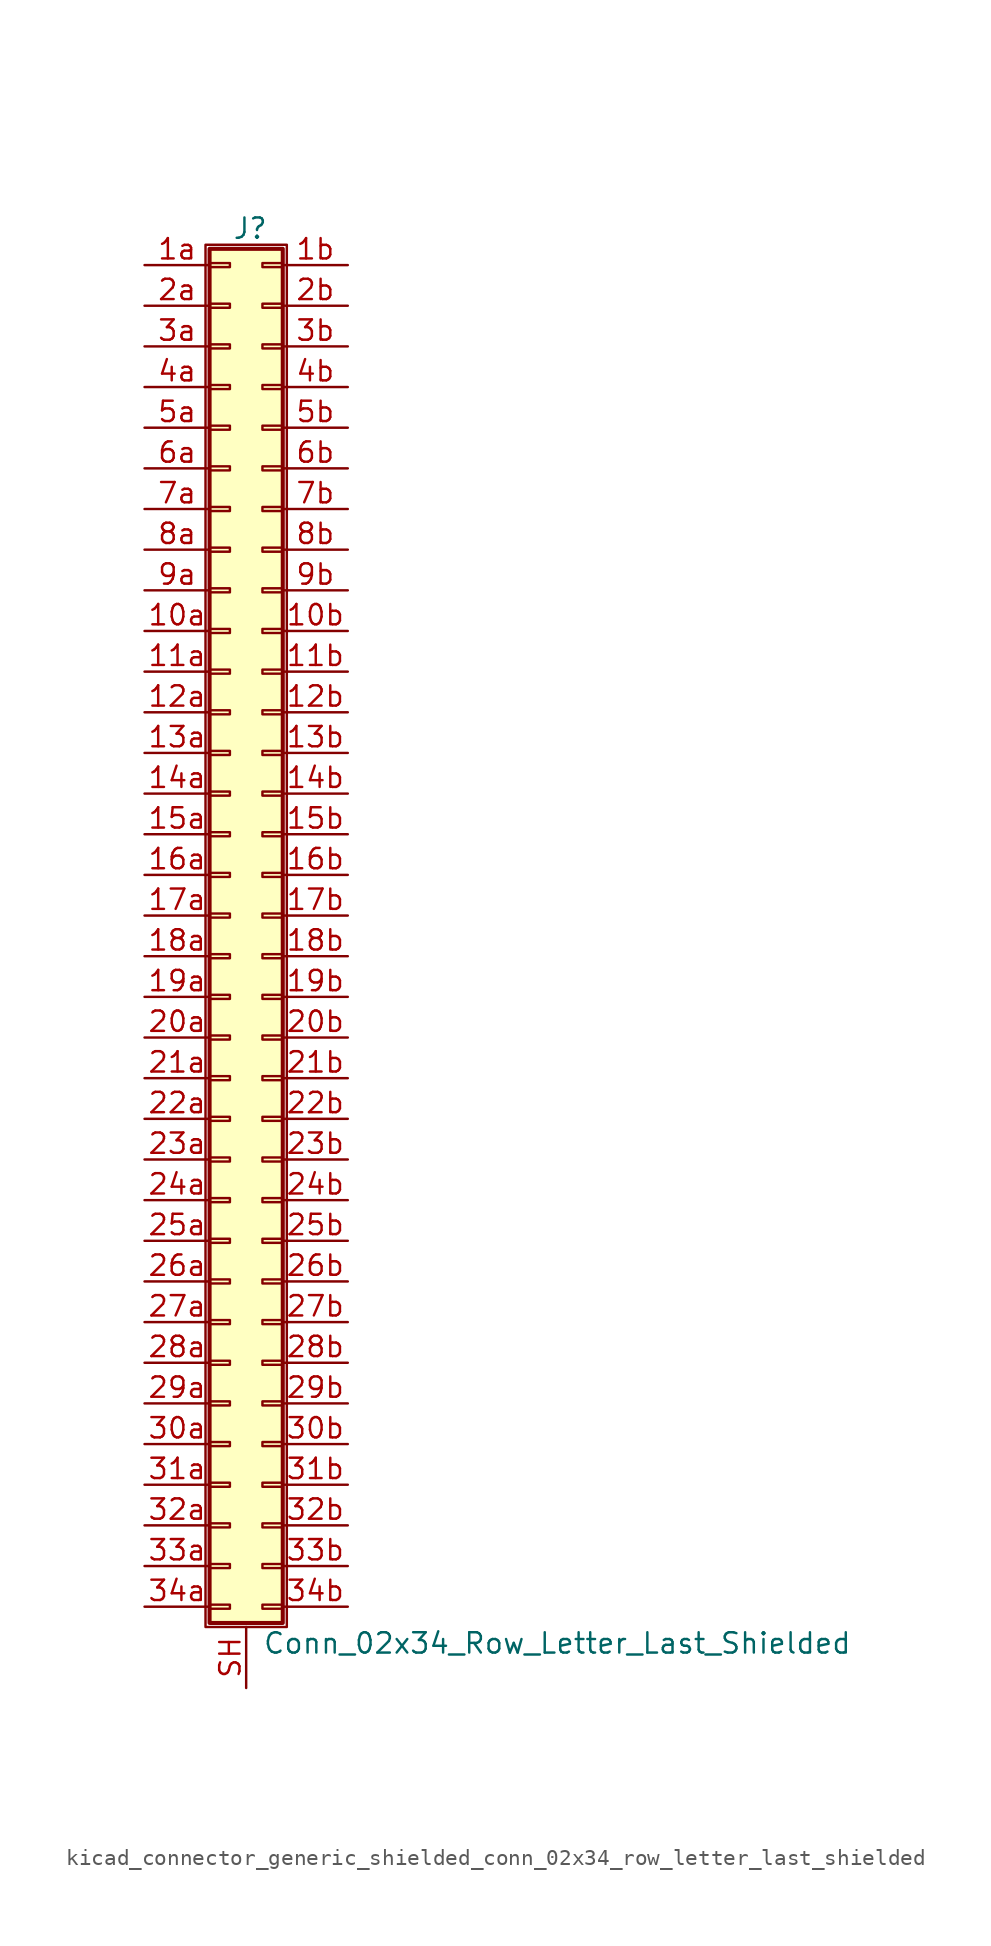
<source format=kicad_sym>
(kicad_symbol_lib
  (version 20220914)
  (generator kicad_symbol_editor)
  (symbol "kicad_connector_generic_shielded_conn_02x34_row_letter_last_shielded"
    (pin_names
      (offset 1.016) hide)
    (property "Reference" "J"
      (at 1.524 42.926 0)
      (effects (font (size 1.27 1.27))))
    (property "Value" "Conn_02x34_Row_Letter_Last_Shielded"
      (at 2.286 -45.466 0)
      (effects (font (size 1.27 1.27)) (justify left)))
    (symbol "kicad_connector_generic_shielded_conn_02x34_row_letter_last_shielded_1_1"
      (rectangle (start -1.27 41.91) (end 3.81 -44.45) (stroke (width 0.152) (type default)) (fill (type none)))
      (rectangle (start -1.016 -43.053) (end 0.254 -43.307) (stroke (width 0.152) (type default)) (fill (type none)))
      (rectangle (start -1.016 -40.513) (end 0.254 -40.767) (stroke (width 0.152) (type default)) (fill (type none)))
      (rectangle (start -1.016 -37.973) (end 0.254 -38.227) (stroke (width 0.152) (type default)) (fill (type none)))
      (rectangle (start -1.016 -35.433) (end 0.254 -35.687) (stroke (width 0.152) (type default)) (fill (type none)))
      (rectangle (start -1.016 -32.893) (end 0.254 -33.147) (stroke (width 0.152) (type default)) (fill (type none)))
      (rectangle (start -1.016 -30.353) (end 0.254 -30.607) (stroke (width 0.152) (type default)) (fill (type none)))
      (rectangle (start -1.016 -27.813) (end 0.254 -28.067) (stroke (width 0.152) (type default)) (fill (type none)))
      (rectangle (start -1.016 -25.273) (end 0.254 -25.527) (stroke (width 0.152) (type default)) (fill (type none)))
      (rectangle (start -1.016 -22.733) (end 0.254 -22.987) (stroke (width 0.152) (type default)) (fill (type none)))
      (rectangle (start -1.016 -20.193) (end 0.254 -20.447) (stroke (width 0.152) (type default)) (fill (type none)))
      (rectangle (start -1.016 -17.653) (end 0.254 -17.907) (stroke (width 0.152) (type default)) (fill (type none)))
      (rectangle (start -1.016 -15.113) (end 0.254 -15.367) (stroke (width 0.152) (type default)) (fill (type none)))
      (rectangle (start -1.016 -12.573) (end 0.254 -12.827) (stroke (width 0.152) (type default)) (fill (type none)))
      (rectangle (start -1.016 -10.033) (end 0.254 -10.287) (stroke (width 0.152) (type default)) (fill (type none)))
      (rectangle (start -1.016 -7.493) (end 0.254 -7.747) (stroke (width 0.152) (type default)) (fill (type none)))
      (rectangle (start -1.016 -4.953) (end 0.254 -5.207) (stroke (width 0.152) (type default)) (fill (type none)))
      (rectangle (start -1.016 -2.413) (end 0.254 -2.667) (stroke (width 0.152) (type default)) (fill (type none)))
      (rectangle (start -1.016 0.127) (end 0.254 -0.127) (stroke (width 0.152) (type default)) (fill (type none)))
      (rectangle (start -1.016 2.667) (end 0.254 2.413) (stroke (width 0.152) (type default)) (fill (type none)))
      (rectangle (start -1.016 5.207) (end 0.254 4.953) (stroke (width 0.152) (type default)) (fill (type none)))
      (rectangle (start -1.016 7.747) (end 0.254 7.493) (stroke (width 0.152) (type default)) (fill (type none)))
      (rectangle (start -1.016 10.287) (end 0.254 10.033) (stroke (width 0.152) (type default)) (fill (type none)))
      (rectangle (start -1.016 12.827) (end 0.254 12.573) (stroke (width 0.152) (type default)) (fill (type none)))
      (rectangle (start -1.016 15.367) (end 0.254 15.113) (stroke (width 0.152) (type default)) (fill (type none)))
      (rectangle (start -1.016 17.907) (end 0.254 17.653) (stroke (width 0.152) (type default)) (fill (type none)))
      (rectangle (start -1.016 20.447) (end 0.254 20.193) (stroke (width 0.152) (type default)) (fill (type none)))
      (rectangle (start -1.016 22.987) (end 0.254 22.733) (stroke (width 0.152) (type default)) (fill (type none)))
      (rectangle (start -1.016 25.527) (end 0.254 25.273) (stroke (width 0.152) (type default)) (fill (type none)))
      (rectangle (start -1.016 28.067) (end 0.254 27.813) (stroke (width 0.152) (type default)) (fill (type none)))
      (rectangle (start -1.016 30.607) (end 0.254 30.353) (stroke (width 0.152) (type default)) (fill (type none)))
      (rectangle (start -1.016 33.147) (end 0.254 32.893) (stroke (width 0.152) (type default)) (fill (type none)))
      (rectangle (start -1.016 35.687) (end 0.254 35.433) (stroke (width 0.152) (type default)) (fill (type none)))
      (rectangle (start -1.016 38.227) (end 0.254 37.973) (stroke (width 0.152) (type default)) (fill (type none)))
      (rectangle (start -1.016 40.767) (end 0.254 40.513) (stroke (width 0.152) (type default)) (fill (type none)))
      (rectangle (start -1.016 41.656) (end 3.556 -44.196) (stroke (width 0.254) (type default)) (fill (type background)))
      (rectangle (start 3.556 -43.053) (end 2.286 -43.307) (stroke (width 0.152) (type default)) (fill (type none)))
      (rectangle (start 3.556 -40.513) (end 2.286 -40.767) (stroke (width 0.152) (type default)) (fill (type none)))
      (rectangle (start 3.556 -37.973) (end 2.286 -38.227) (stroke (width 0.152) (type default)) (fill (type none)))
      (rectangle (start 3.556 -35.433) (end 2.286 -35.687) (stroke (width 0.152) (type default)) (fill (type none)))
      (rectangle (start 3.556 -32.893) (end 2.286 -33.147) (stroke (width 0.152) (type default)) (fill (type none)))
      (rectangle (start 3.556 -30.353) (end 2.286 -30.607) (stroke (width 0.152) (type default)) (fill (type none)))
      (rectangle (start 3.556 -27.813) (end 2.286 -28.067) (stroke (width 0.152) (type default)) (fill (type none)))
      (rectangle (start 3.556 -25.273) (end 2.286 -25.527) (stroke (width 0.152) (type default)) (fill (type none)))
      (rectangle (start 3.556 -22.733) (end 2.286 -22.987) (stroke (width 0.152) (type default)) (fill (type none)))
      (rectangle (start 3.556 -20.193) (end 2.286 -20.447) (stroke (width 0.152) (type default)) (fill (type none)))
      (rectangle (start 3.556 -17.653) (end 2.286 -17.907) (stroke (width 0.152) (type default)) (fill (type none)))
      (rectangle (start 3.556 -15.113) (end 2.286 -15.367) (stroke (width 0.152) (type default)) (fill (type none)))
      (rectangle (start 3.556 -12.573) (end 2.286 -12.827) (stroke (width 0.152) (type default)) (fill (type none)))
      (rectangle (start 3.556 -10.033) (end 2.286 -10.287) (stroke (width 0.152) (type default)) (fill (type none)))
      (rectangle (start 3.556 -7.493) (end 2.286 -7.747) (stroke (width 0.152) (type default)) (fill (type none)))
      (rectangle (start 3.556 -4.953) (end 2.286 -5.207) (stroke (width 0.152) (type default)) (fill (type none)))
      (rectangle (start 3.556 -2.413) (end 2.286 -2.667) (stroke (width 0.152) (type default)) (fill (type none)))
      (rectangle (start 3.556 0.127) (end 2.286 -0.127) (stroke (width 0.152) (type default)) (fill (type none)))
      (rectangle (start 3.556 2.667) (end 2.286 2.413) (stroke (width 0.152) (type default)) (fill (type none)))
      (rectangle (start 3.556 5.207) (end 2.286 4.953) (stroke (width 0.152) (type default)) (fill (type none)))
      (rectangle (start 3.556 7.747) (end 2.286 7.493) (stroke (width 0.152) (type default)) (fill (type none)))
      (rectangle (start 3.556 10.287) (end 2.286 10.033) (stroke (width 0.152) (type default)) (fill (type none)))
      (rectangle (start 3.556 12.827) (end 2.286 12.573) (stroke (width 0.152) (type default)) (fill (type none)))
      (rectangle (start 3.556 15.367) (end 2.286 15.113) (stroke (width 0.152) (type default)) (fill (type none)))
      (rectangle (start 3.556 17.907) (end 2.286 17.653) (stroke (width 0.152) (type default)) (fill (type none)))
      (rectangle (start 3.556 20.447) (end 2.286 20.193) (stroke (width 0.152) (type default)) (fill (type none)))
      (rectangle (start 3.556 22.987) (end 2.286 22.733) (stroke (width 0.152) (type default)) (fill (type none)))
      (rectangle (start 3.556 25.527) (end 2.286 25.273) (stroke (width 0.152) (type default)) (fill (type none)))
      (rectangle (start 3.556 28.067) (end 2.286 27.813) (stroke (width 0.152) (type default)) (fill (type none)))
      (rectangle (start 3.556 30.607) (end 2.286 30.353) (stroke (width 0.152) (type default)) (fill (type none)))
      (rectangle (start 3.556 33.147) (end 2.286 32.893) (stroke (width 0.152) (type default)) (fill (type none)))
      (rectangle (start 3.556 35.687) (end 2.286 35.433) (stroke (width 0.152) (type default)) (fill (type none)))
      (rectangle (start 3.556 38.227) (end 2.286 37.973) (stroke (width 0.152) (type default)) (fill (type none)))
      (rectangle (start 3.556 40.767) (end 2.286 40.513) (stroke (width 0.152) (type default)) (fill (type none)))
      (pin passive line (at -5.08 17.78 0) (length 4.064) (name "Pin_10a" (effects (font (size 1.27 1.27)))) (number "10a" (effects (font (size 1.27 1.27)))))
      (pin passive line (at 7.62 17.78 180) (length 4.064) (name "Pin_10b" (effects (font (size 1.27 1.27)))) (number "10b" (effects (font (size 1.27 1.27)))))
      (pin passive line (at -5.08 15.24 0) (length 4.064) (name "Pin_11a" (effects (font (size 1.27 1.27)))) (number "11a" (effects (font (size 1.27 1.27)))))
      (pin passive line (at 7.62 15.24 180) (length 4.064) (name "Pin_11b" (effects (font (size 1.27 1.27)))) (number "11b" (effects (font (size 1.27 1.27)))))
      (pin passive line (at -5.08 12.7 0) (length 4.064) (name "Pin_12a" (effects (font (size 1.27 1.27)))) (number "12a" (effects (font (size 1.27 1.27)))))
      (pin passive line (at 7.62 12.7 180) (length 4.064) (name "Pin_12b" (effects (font (size 1.27 1.27)))) (number "12b" (effects (font (size 1.27 1.27)))))
      (pin passive line (at -5.08 10.16 0) (length 4.064) (name "Pin_13a" (effects (font (size 1.27 1.27)))) (number "13a" (effects (font (size 1.27 1.27)))))
      (pin passive line (at 7.62 10.16 180) (length 4.064) (name "Pin_13b" (effects (font (size 1.27 1.27)))) (number "13b" (effects (font (size 1.27 1.27)))))
      (pin passive line (at -5.08 7.62 0) (length 4.064) (name "Pin_14a" (effects (font (size 1.27 1.27)))) (number "14a" (effects (font (size 1.27 1.27)))))
      (pin passive line (at 7.62 7.62 180) (length 4.064) (name "Pin_14b" (effects (font (size 1.27 1.27)))) (number "14b" (effects (font (size 1.27 1.27)))))
      (pin passive line (at -5.08 5.08 0) (length 4.064) (name "Pin_15a" (effects (font (size 1.27 1.27)))) (number "15a" (effects (font (size 1.27 1.27)))))
      (pin passive line (at 7.62 5.08 180) (length 4.064) (name "Pin_15b" (effects (font (size 1.27 1.27)))) (number "15b" (effects (font (size 1.27 1.27)))))
      (pin passive line (at -5.08 2.54 0) (length 4.064) (name "Pin_16a" (effects (font (size 1.27 1.27)))) (number "16a" (effects (font (size 1.27 1.27)))))
      (pin passive line (at 7.62 2.54 180) (length 4.064) (name "Pin_16b" (effects (font (size 1.27 1.27)))) (number "16b" (effects (font (size 1.27 1.27)))))
      (pin passive line (at -5.08 0 0) (length 4.064) (name "Pin_17a" (effects (font (size 1.27 1.27)))) (number "17a" (effects (font (size 1.27 1.27)))))
      (pin passive line (at 7.62 0 180) (length 4.064) (name "Pin_17b" (effects (font (size 1.27 1.27)))) (number "17b" (effects (font (size 1.27 1.27)))))
      (pin passive line (at -5.08 -2.54 0) (length 4.064) (name "Pin_18a" (effects (font (size 1.27 1.27)))) (number "18a" (effects (font (size 1.27 1.27)))))
      (pin passive line (at 7.62 -2.54 180) (length 4.064) (name "Pin_18b" (effects (font (size 1.27 1.27)))) (number "18b" (effects (font (size 1.27 1.27)))))
      (pin passive line (at -5.08 -5.08 0) (length 4.064) (name "Pin_19a" (effects (font (size 1.27 1.27)))) (number "19a" (effects (font (size 1.27 1.27)))))
      (pin passive line (at 7.62 -5.08 180) (length 4.064) (name "Pin_19b" (effects (font (size 1.27 1.27)))) (number "19b" (effects (font (size 1.27 1.27)))))
      (pin passive line (at -5.08 40.64 0) (length 4.064) (name "Pin_1a" (effects (font (size 1.27 1.27)))) (number "1a" (effects (font (size 1.27 1.27)))))
      (pin passive line (at 7.62 40.64 180) (length 4.064) (name "Pin_1b" (effects (font (size 1.27 1.27)))) (number "1b" (effects (font (size 1.27 1.27)))))
      (pin passive line (at -5.08 -7.62 0) (length 4.064) (name "Pin_20a" (effects (font (size 1.27 1.27)))) (number "20a" (effects (font (size 1.27 1.27)))))
      (pin passive line (at 7.62 -7.62 180) (length 4.064) (name "Pin_20b" (effects (font (size 1.27 1.27)))) (number "20b" (effects (font (size 1.27 1.27)))))
      (pin passive line (at -5.08 -10.16 0) (length 4.064) (name "Pin_21a" (effects (font (size 1.27 1.27)))) (number "21a" (effects (font (size 1.27 1.27)))))
      (pin passive line (at 7.62 -10.16 180) (length 4.064) (name "Pin_21b" (effects (font (size 1.27 1.27)))) (number "21b" (effects (font (size 1.27 1.27)))))
      (pin passive line (at -5.08 -12.7 0) (length 4.064) (name "Pin_22a" (effects (font (size 1.27 1.27)))) (number "22a" (effects (font (size 1.27 1.27)))))
      (pin passive line (at 7.62 -12.7 180) (length 4.064) (name "Pin_22b" (effects (font (size 1.27 1.27)))) (number "22b" (effects (font (size 1.27 1.27)))))
      (pin passive line (at -5.08 -15.24 0) (length 4.064) (name "Pin_23a" (effects (font (size 1.27 1.27)))) (number "23a" (effects (font (size 1.27 1.27)))))
      (pin passive line (at 7.62 -15.24 180) (length 4.064) (name "Pin_23b" (effects (font (size 1.27 1.27)))) (number "23b" (effects (font (size 1.27 1.27)))))
      (pin passive line (at -5.08 -17.78 0) (length 4.064) (name "Pin_24a" (effects (font (size 1.27 1.27)))) (number "24a" (effects (font (size 1.27 1.27)))))
      (pin passive line (at 7.62 -17.78 180) (length 4.064) (name "Pin_24b" (effects (font (size 1.27 1.27)))) (number "24b" (effects (font (size 1.27 1.27)))))
      (pin passive line (at -5.08 -20.32 0) (length 4.064) (name "Pin_25a" (effects (font (size 1.27 1.27)))) (number "25a" (effects (font (size 1.27 1.27)))))
      (pin passive line (at 7.62 -20.32 180) (length 4.064) (name "Pin_25b" (effects (font (size 1.27 1.27)))) (number "25b" (effects (font (size 1.27 1.27)))))
      (pin passive line (at -5.08 -22.86 0) (length 4.064) (name "Pin_26a" (effects (font (size 1.27 1.27)))) (number "26a" (effects (font (size 1.27 1.27)))))
      (pin passive line (at 7.62 -22.86 180) (length 4.064) (name "Pin_26b" (effects (font (size 1.27 1.27)))) (number "26b" (effects (font (size 1.27 1.27)))))
      (pin passive line (at -5.08 -25.4 0) (length 4.064) (name "Pin_27a" (effects (font (size 1.27 1.27)))) (number "27a" (effects (font (size 1.27 1.27)))))
      (pin passive line (at 7.62 -25.4 180) (length 4.064) (name "Pin_27b" (effects (font (size 1.27 1.27)))) (number "27b" (effects (font (size 1.27 1.27)))))
      (pin passive line (at -5.08 -27.94 0) (length 4.064) (name "Pin_28a" (effects (font (size 1.27 1.27)))) (number "28a" (effects (font (size 1.27 1.27)))))
      (pin passive line (at 7.62 -27.94 180) (length 4.064) (name "Pin_28b" (effects (font (size 1.27 1.27)))) (number "28b" (effects (font (size 1.27 1.27)))))
      (pin passive line (at -5.08 -30.48 0) (length 4.064) (name "Pin_29a" (effects (font (size 1.27 1.27)))) (number "29a" (effects (font (size 1.27 1.27)))))
      (pin passive line (at 7.62 -30.48 180) (length 4.064) (name "Pin_29b" (effects (font (size 1.27 1.27)))) (number "29b" (effects (font (size 1.27 1.27)))))
      (pin passive line (at -5.08 38.1 0) (length 4.064) (name "Pin_2a" (effects (font (size 1.27 1.27)))) (number "2a" (effects (font (size 1.27 1.27)))))
      (pin passive line (at 7.62 38.1 180) (length 4.064) (name "Pin_2b" (effects (font (size 1.27 1.27)))) (number "2b" (effects (font (size 1.27 1.27)))))
      (pin passive line (at -5.08 -33.02 0) (length 4.064) (name "Pin_30a" (effects (font (size 1.27 1.27)))) (number "30a" (effects (font (size 1.27 1.27)))))
      (pin passive line (at 7.62 -33.02 180) (length 4.064) (name "Pin_30b" (effects (font (size 1.27 1.27)))) (number "30b" (effects (font (size 1.27 1.27)))))
      (pin passive line (at -5.08 -35.56 0) (length 4.064) (name "Pin_31a" (effects (font (size 1.27 1.27)))) (number "31a" (effects (font (size 1.27 1.27)))))
      (pin passive line (at 7.62 -35.56 180) (length 4.064) (name "Pin_31b" (effects (font (size 1.27 1.27)))) (number "31b" (effects (font (size 1.27 1.27)))))
      (pin passive line (at -5.08 -38.1 0) (length 4.064) (name "Pin_32a" (effects (font (size 1.27 1.27)))) (number "32a" (effects (font (size 1.27 1.27)))))
      (pin passive line (at 7.62 -38.1 180) (length 4.064) (name "Pin_32b" (effects (font (size 1.27 1.27)))) (number "32b" (effects (font (size 1.27 1.27)))))
      (pin passive line (at -5.08 -40.64 0) (length 4.064) (name "Pin_33a" (effects (font (size 1.27 1.27)))) (number "33a" (effects (font (size 1.27 1.27)))))
      (pin passive line (at 7.62 -40.64 180) (length 4.064) (name "Pin_33b" (effects (font (size 1.27 1.27)))) (number "33b" (effects (font (size 1.27 1.27)))))
      (pin passive line (at -5.08 -43.18 0) (length 4.064) (name "Pin_34a" (effects (font (size 1.27 1.27)))) (number "34a" (effects (font (size 1.27 1.27)))))
      (pin passive line (at 7.62 -43.18 180) (length 4.064) (name "Pin_34b" (effects (font (size 1.27 1.27)))) (number "34b" (effects (font (size 1.27 1.27)))))
      (pin passive line (at -5.08 35.56 0) (length 4.064) (name "Pin_3a" (effects (font (size 1.27 1.27)))) (number "3a" (effects (font (size 1.27 1.27)))))
      (pin passive line (at 7.62 35.56 180) (length 4.064) (name "Pin_3b" (effects (font (size 1.27 1.27)))) (number "3b" (effects (font (size 1.27 1.27)))))
      (pin passive line (at -5.08 33.02 0) (length 4.064) (name "Pin_4a" (effects (font (size 1.27 1.27)))) (number "4a" (effects (font (size 1.27 1.27)))))
      (pin passive line (at 7.62 33.02 180) (length 4.064) (name "Pin_4b" (effects (font (size 1.27 1.27)))) (number "4b" (effects (font (size 1.27 1.27)))))
      (pin passive line (at -5.08 30.48 0) (length 4.064) (name "Pin_5a" (effects (font (size 1.27 1.27)))) (number "5a" (effects (font (size 1.27 1.27)))))
      (pin passive line (at 7.62 30.48 180) (length 4.064) (name "Pin_5b" (effects (font (size 1.27 1.27)))) (number "5b" (effects (font (size 1.27 1.27)))))
      (pin passive line (at -5.08 27.94 0) (length 4.064) (name "Pin_6a" (effects (font (size 1.27 1.27)))) (number "6a" (effects (font (size 1.27 1.27)))))
      (pin passive line (at 7.62 27.94 180) (length 4.064) (name "Pin_6b" (effects (font (size 1.27 1.27)))) (number "6b" (effects (font (size 1.27 1.27)))))
      (pin passive line (at -5.08 25.4 0) (length 4.064) (name "Pin_7a" (effects (font (size 1.27 1.27)))) (number "7a" (effects (font (size 1.27 1.27)))))
      (pin passive line (at 7.62 25.4 180) (length 4.064) (name "Pin_7b" (effects (font (size 1.27 1.27)))) (number "7b" (effects (font (size 1.27 1.27)))))
      (pin passive line (at -5.08 22.86 0) (length 4.064) (name "Pin_8a" (effects (font (size 1.27 1.27)))) (number "8a" (effects (font (size 1.27 1.27)))))
      (pin passive line (at 7.62 22.86 180) (length 4.064) (name "Pin_8b" (effects (font (size 1.27 1.27)))) (number "8b" (effects (font (size 1.27 1.27)))))
      (pin passive line (at -5.08 20.32 0) (length 4.064) (name "Pin_9a" (effects (font (size 1.27 1.27)))) (number "9a" (effects (font (size 1.27 1.27)))))
      (pin passive line (at 7.62 20.32 180) (length 4.064) (name "Pin_9b" (effects (font (size 1.27 1.27)))) (number "9b" (effects (font (size 1.27 1.27)))))
      (pin passive line (at 1.27 -48.26 90) (length 3.81) (name "Shield" (effects (font (size 1.27 1.27)))) (number "SH" (effects (font (size 1.27 1.27))))))))
</source>
